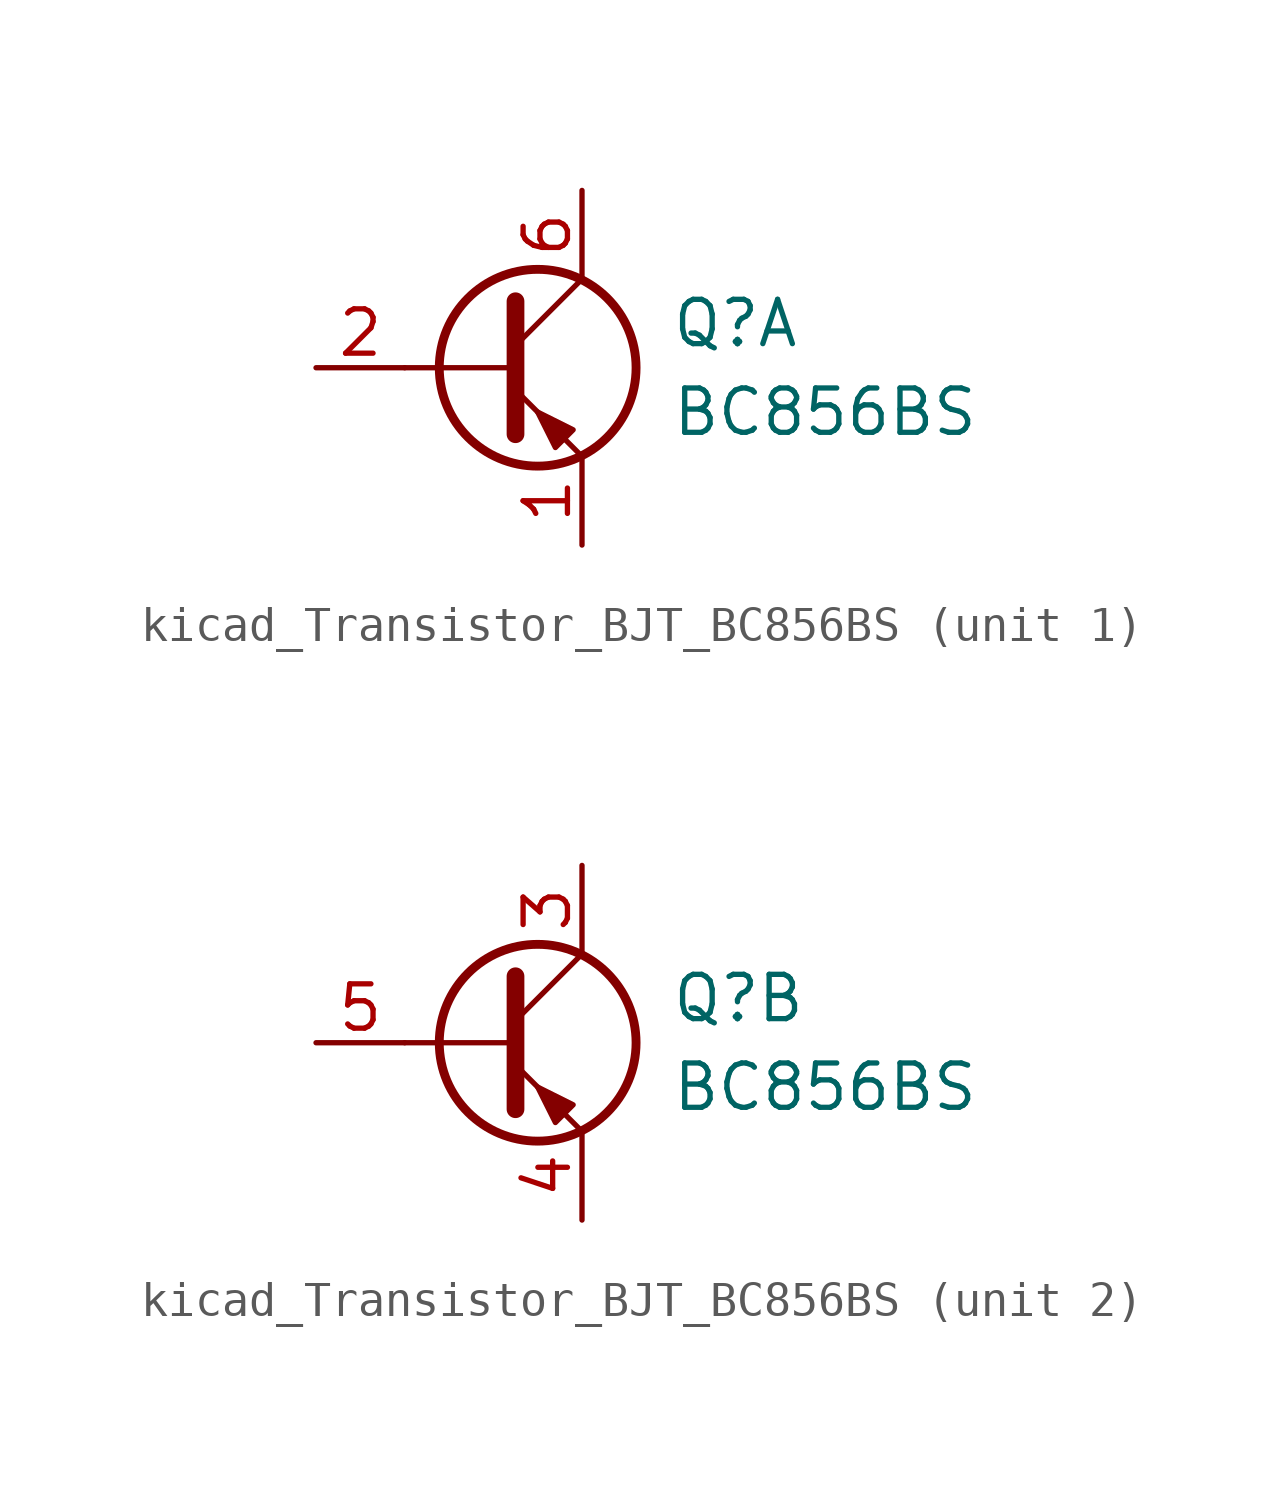
<source format=kicad_sym>
(kicad_symbol_lib
  (version 20220914)
  (generator kicad_symbol_editor)
  (symbol "kicad_Transistor_BJT_BC856BS"
    (pin_names
      (offset 0) hide)
    (property "Reference" "Q"
      (at 5.08 1.27 0)
      (effects (font (size 1.27 1.27)) (justify left)))
    (property "Value" "BC856BS"
      (at 5.08 -1.27 0)
      (effects (font (size 1.27 1.27)) (justify left)))
    (property "ki_locked" ""
      (at 0 0 0)
      (effects (font (size 1.27 1.27))))
    (symbol "kicad_Transistor_BJT_BC856BS_0_1"
      (polyline (pts (xy 0.635 0) (xy -2.54 0)) (stroke (width 0) (type default)) (fill (type none)))
      (polyline (pts (xy 0.635 0.635) (xy 2.54 2.54)) (stroke (width 0) (type default)) (fill (type none)))
      (polyline (pts (xy 0.635 -0.635) (xy 2.54 -2.54) (xy 2.54 -2.54)) (stroke (width 0) (type default)) (fill (type none)))
      (polyline (pts (xy 0.635 1.905) (xy 0.635 -1.905) (xy 0.635 -1.905)) (stroke (width 0.508) (type default)) (fill (type none)))
      (polyline (pts (xy 2.286 -1.778) (xy 1.778 -2.286) (xy 1.27 -1.27) (xy 2.286 -1.778) (xy 2.286 -1.778)) (stroke (width 0) (type default)) (fill (type outline)))
      (circle (center 1.27 0) (radius 2.819) (stroke (width 0.254) (type default)) (fill (type none))))
    (symbol "kicad_Transistor_BJT_BC856BS_1_1"
      (pin passive line (at 2.54 -5.08 90) (length 2.54) (name "E1" (effects (font (size 1.27 1.27)))) (number "1" (effects (font (size 1.27 1.27)))))
      (pin input line (at -5.08 0 0) (length 2.54) (name "B1" (effects (font (size 1.27 1.27)))) (number "2" (effects (font (size 1.27 1.27)))))
      (pin passive line (at 2.54 5.08 270) (length 2.54) (name "C1" (effects (font (size 1.27 1.27)))) (number "6" (effects (font (size 1.27 1.27))))))
    (symbol "kicad_Transistor_BJT_BC856BS_2_1"
      (pin passive line (at 2.54 5.08 270) (length 2.54) (name "C2" (effects (font (size 1.27 1.27)))) (number "3" (effects (font (size 1.27 1.27)))))
      (pin passive line (at 2.54 -5.08 90) (length 2.54) (name "E2" (effects (font (size 1.27 1.27)))) (number "4" (effects (font (size 1.27 1.27)))))
      (pin input line (at -5.08 0 0) (length 2.54) (name "B2" (effects (font (size 1.27 1.27)))) (number "5" (effects (font (size 1.27 1.27))))))))
</source>
